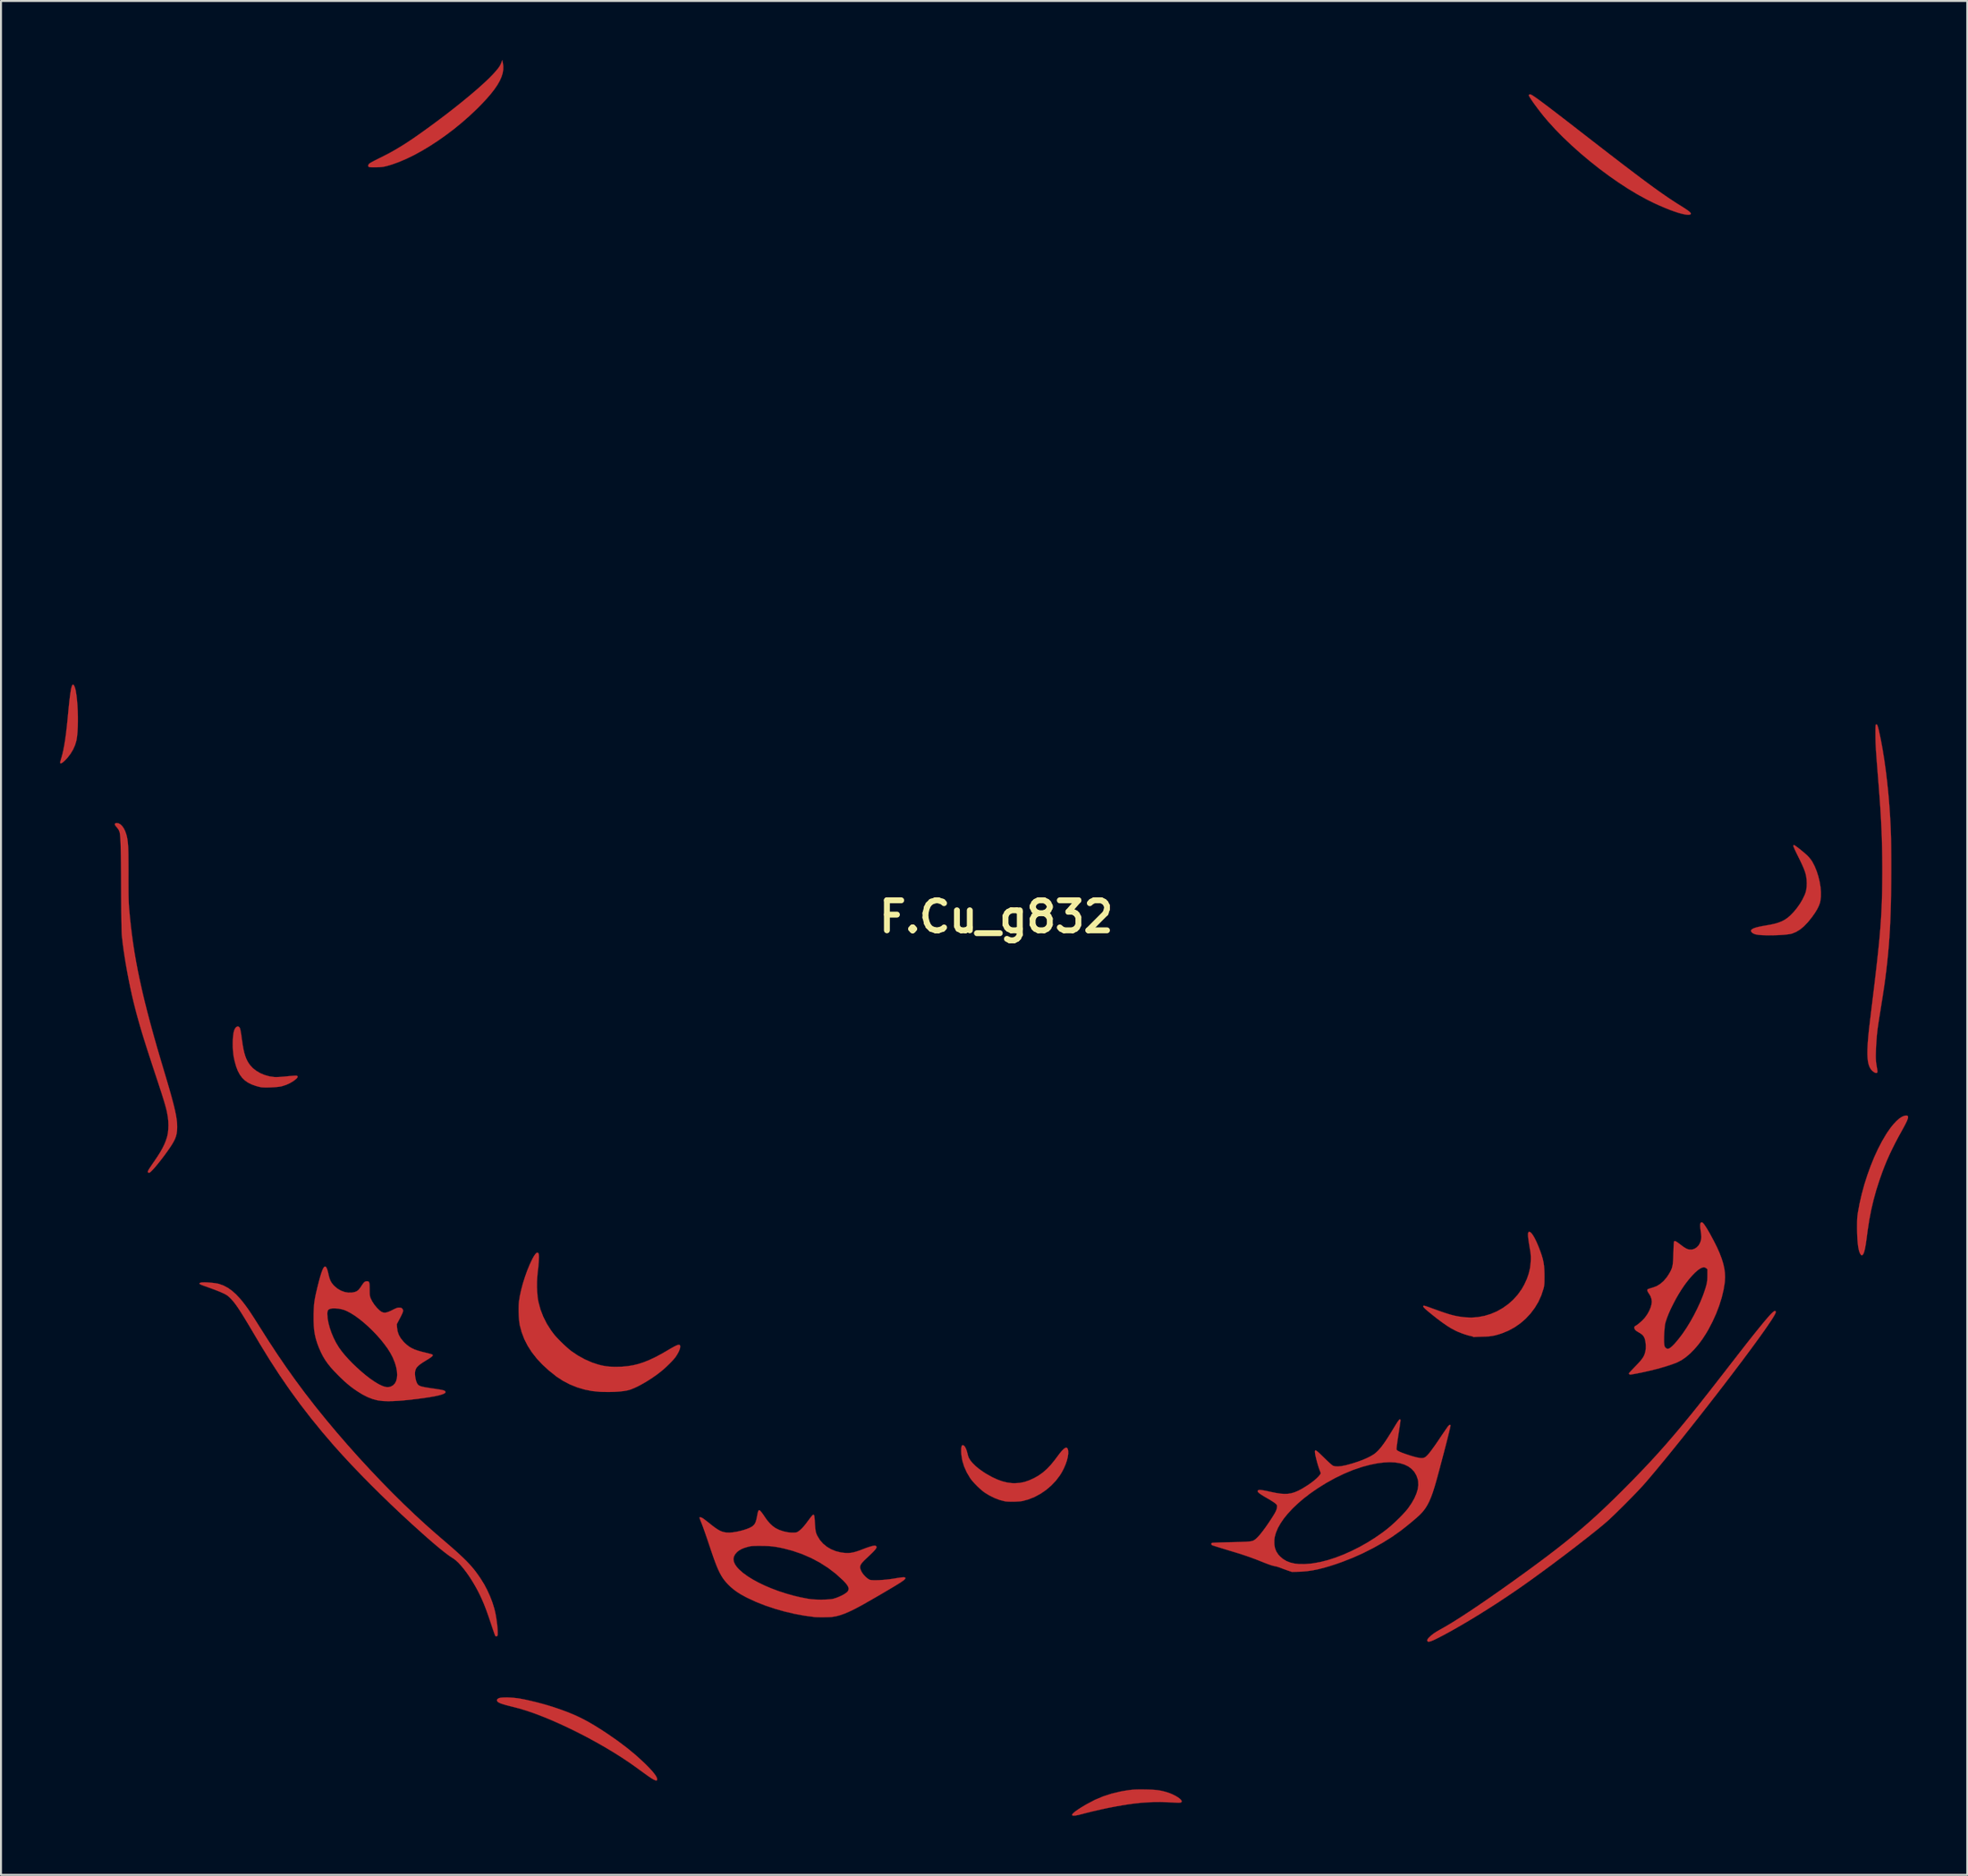
<source format=kicad_pcb>
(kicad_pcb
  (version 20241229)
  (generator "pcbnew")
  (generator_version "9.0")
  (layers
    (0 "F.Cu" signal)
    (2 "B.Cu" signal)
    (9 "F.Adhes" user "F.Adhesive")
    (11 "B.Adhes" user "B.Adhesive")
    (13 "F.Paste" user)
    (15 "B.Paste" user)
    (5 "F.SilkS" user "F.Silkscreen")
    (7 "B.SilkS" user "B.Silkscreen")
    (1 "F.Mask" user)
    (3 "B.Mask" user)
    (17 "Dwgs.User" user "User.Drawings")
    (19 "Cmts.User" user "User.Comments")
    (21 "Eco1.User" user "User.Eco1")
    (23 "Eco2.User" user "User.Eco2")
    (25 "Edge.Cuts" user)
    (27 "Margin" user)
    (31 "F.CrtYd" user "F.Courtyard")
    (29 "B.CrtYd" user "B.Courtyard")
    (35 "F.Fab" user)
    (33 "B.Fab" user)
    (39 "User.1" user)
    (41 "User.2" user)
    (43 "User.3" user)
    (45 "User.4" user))
  (footprint "F.Cu_g832"
    (layer "F.Cu")
    (at 47.545 43.512)
    (property "Reference" "F.Cu_g832" (at 0 0 0) (layer "F.SilkS") (effects (font (size 1.524 1.524) (thickness 0.3))))
    (attr through_hole)
    (fp_poly (pts (xy -46.852 -11.77) (xy -46.819 -11.715) (xy -46.787 -11.63) (xy -46.758 -11.524) (xy -46.747 -11.47) (xy -46.712 -11.247) (xy -46.684 -10.998) (xy -46.663 -10.732) (xy -46.648 -10.454) (xy -46.64 -10.173) (xy -46.64 -9.897) (xy -46.646 -9.631) (xy -46.66 -9.384) (xy -46.681 -9.163) (xy -46.71 -8.976) (xy -46.714 -8.954) (xy -46.781 -8.724) (xy -46.884 -8.492) (xy -47.02 -8.268) (xy -47.185 -8.056) (xy -47.314 -7.922) (xy -47.399 -7.847) (xy -47.467 -7.802) (xy -47.513 -7.789) (xy -47.537 -7.808) (xy -47.54 -7.829) (xy -47.534 -7.865) (xy -47.518 -7.931) (xy -47.494 -8.016) (xy -47.475 -8.078) (xy -47.423 -8.266) (xy -47.373 -8.483) (xy -47.326 -8.732) (xy -47.281 -9.014) (xy -47.238 -9.332) (xy -47.197 -9.688) (xy -47.157 -10.083) (xy -47.15 -10.16) (xy -47.12 -10.474) (xy -47.093 -10.748) (xy -47.067 -10.984) (xy -47.044 -11.185) (xy -47.021 -11.352) (xy -47 -11.489) (xy -46.979 -11.597) (xy -46.958 -11.679) (xy -46.937 -11.736) (xy -46.916 -11.772) (xy -46.893 -11.788) (xy -46.883 -11.79) (xy -46.852 -11.77)) (stroke (width 0.01) (type solid)) (fill yes) (layer "F.Cu"))
    (fp_poly (pts (xy 7.593 44.329) (xy 7.799 44.334) (xy 7.97 44.342) (xy 8.118 44.354) (xy 8.25 44.37) (xy 8.375 44.392) (xy 8.503 44.422) (xy 8.642 44.459) (xy 8.652 44.462) (xy 8.796 44.509) (xy 8.937 44.567) (xy 9.07 44.632) (xy 9.19 44.7) (xy 9.29 44.769) (xy 9.365 44.834) (xy 9.409 44.892) (xy 9.419 44.927) (xy 9.412 44.96) (xy 9.389 44.982) (xy 9.342 44.994) (xy 9.268 44.999) (xy 9.16 44.996) (xy 9.084 44.992) (xy 8.704 44.973) (xy 8.354 44.964) (xy 8.024 44.965) (xy 7.705 44.978) (xy 7.385 45) (xy 7.059 45.034) (xy 6.747 45.075) (xy 6.404 45.129) (xy 6.04 45.193) (xy 5.664 45.266) (xy 5.285 45.347) (xy 4.913 45.432) (xy 4.556 45.521) (xy 4.33 45.581) (xy 4.161 45.624) (xy 4.028 45.649) (xy 3.932 45.656) (xy 3.873 45.646) (xy 3.852 45.618) (xy 3.852 45.616) (xy 3.872 45.573) (xy 3.929 45.512) (xy 4.023 45.436) (xy 4.154 45.344) (xy 4.32 45.237) (xy 4.522 45.116) (xy 4.6 45.071) (xy 5.011 44.855) (xy 5.43 44.678) (xy 5.863 44.538) (xy 6.317 44.431) (xy 6.38 44.419) (xy 6.569 44.386) (xy 6.736 44.361) (xy 6.892 44.343) (xy 7.048 44.332) (xy 7.213 44.327) (xy 7.401 44.326) (xy 7.593 44.329)) (stroke (width 0.01) (type solid)) (fill yes) (layer "F.Cu"))
    (fp_poly (pts (xy 46.261 10.103) (xy 46.294 10.123) (xy 46.31 10.16) (xy 46.306 10.216) (xy 46.282 10.296) (xy 46.239 10.4) (xy 46.174 10.532) (xy 46.087 10.696) (xy 46.019 10.819) (xy 45.826 11.17) (xy 45.655 11.493) (xy 45.503 11.796) (xy 45.365 12.086) (xy 45.238 12.37) (xy 45.12 12.656) (xy 45.007 12.95) (xy 44.897 13.26) (xy 44.851 13.393) (xy 44.691 13.893) (xy 44.555 14.387) (xy 44.438 14.885) (xy 44.34 15.397) (xy 44.257 15.936) (xy 44.227 16.164) (xy 44.194 16.415) (xy 44.163 16.625) (xy 44.133 16.799) (xy 44.103 16.938) (xy 44.073 17.044) (xy 44.042 17.12) (xy 44.009 17.168) (xy 43.986 17.187) (xy 43.952 17.195) (xy 43.921 17.176) (xy 43.901 17.152) (xy 43.854 17.067) (xy 43.813 16.942) (xy 43.78 16.778) (xy 43.754 16.576) (xy 43.736 16.337) (xy 43.725 16.063) (xy 43.721 15.822) (xy 43.722 15.633) (xy 43.724 15.479) (xy 43.728 15.351) (xy 43.735 15.242) (xy 43.745 15.144) (xy 43.759 15.05) (xy 43.759 15.05) (xy 43.846 14.573) (xy 43.957 14.091) (xy 44.088 13.61) (xy 44.239 13.134) (xy 44.406 12.67) (xy 44.587 12.223) (xy 44.782 11.8) (xy 44.986 11.405) (xy 45.199 11.045) (xy 45.265 10.943) (xy 45.419 10.724) (xy 45.571 10.535) (xy 45.719 10.378) (xy 45.86 10.253) (xy 45.992 10.164) (xy 46.115 10.111) (xy 46.211 10.097) (xy 46.261 10.103)) (stroke (width 0.01) (type solid)) (fill yes) (layer "F.Cu"))
    (fp_poly (pts (xy -25.06 -43.381) (xy -25.035 -43.207) (xy -25.037 -43.029) (xy -25.067 -42.845) (xy -25.127 -42.655) (xy -25.216 -42.455) (xy -25.336 -42.245) (xy -25.489 -42.022) (xy -25.674 -41.785) (xy -25.894 -41.532) (xy -26.148 -41.261) (xy -26.398 -41.01) (xy -26.766 -40.663) (xy -27.149 -40.328) (xy -27.543 -40.006) (xy -27.946 -39.701) (xy -28.353 -39.414) (xy -28.761 -39.148) (xy -29.167 -38.904) (xy -29.566 -38.686) (xy -29.956 -38.496) (xy -30.333 -38.335) (xy -30.692 -38.206) (xy -30.92 -38.139) (xy -31.03 -38.111) (xy -31.125 -38.092) (xy -31.218 -38.079) (xy -31.322 -38.071) (xy -31.453 -38.066) (xy -31.485 -38.066) (xy -31.602 -38.064) (xy -31.706 -38.065) (xy -31.789 -38.069) (xy -31.84 -38.075) (xy -31.851 -38.078) (xy -31.89 -38.113) (xy -31.895 -38.164) (xy -31.867 -38.222) (xy -31.84 -38.252) (xy -31.805 -38.276) (xy -31.738 -38.315) (xy -31.645 -38.366) (xy -31.531 -38.425) (xy -31.403 -38.49) (xy -31.305 -38.538) (xy -31.031 -38.676) (xy -30.768 -38.815) (xy -30.509 -38.96) (xy -30.249 -39.116) (xy -29.982 -39.284) (xy -29.7 -39.47) (xy -29.399 -39.677) (xy -29.115 -39.879) (xy -28.736 -40.153) (xy -28.363 -40.429) (xy -27.998 -40.704) (xy -27.645 -40.977) (xy -27.306 -41.245) (xy -26.984 -41.506) (xy -26.681 -41.757) (xy -26.4 -41.997) (xy -26.143 -42.224) (xy -25.914 -42.435) (xy -25.714 -42.627) (xy -25.547 -42.8) (xy -25.513 -42.838) (xy -25.399 -42.966) (xy -25.312 -43.071) (xy -25.245 -43.161) (xy -25.195 -43.243) (xy -25.156 -43.322) (xy -25.133 -43.38) (xy -25.088 -43.507) (xy -25.06 -43.381)) (stroke (width 0.01) (type solid)) (fill yes) (layer "F.Cu"))
    (fp_poly (pts (xy -38.44 5.61) (xy -38.413 5.652) (xy -38.398 5.699) (xy -38.379 5.784) (xy -38.358 5.901) (xy -38.336 6.047) (xy -38.313 6.212) (xy -38.275 6.474) (xy -38.236 6.699) (xy -38.193 6.892) (xy -38.145 7.058) (xy -38.091 7.204) (xy -38.027 7.335) (xy -37.954 7.455) (xy -37.899 7.532) (xy -37.755 7.689) (xy -37.578 7.828) (xy -37.374 7.947) (xy -37.151 8.04) (xy -36.913 8.106) (xy -36.67 8.141) (xy -36.661 8.142) (xy -36.543 8.144) (xy -36.387 8.138) (xy -36.191 8.122) (xy -36.032 8.107) (xy -35.895 8.093) (xy -35.77 8.083) (xy -35.664 8.075) (xy -35.584 8.071) (xy -35.536 8.072) (xy -35.529 8.073) (xy -35.485 8.098) (xy -35.48 8.138) (xy -35.512 8.193) (xy -35.544 8.227) (xy -35.693 8.344) (xy -35.871 8.451) (xy -36.067 8.54) (xy -36.269 8.605) (xy -36.311 8.615) (xy -36.412 8.633) (xy -36.542 8.647) (xy -36.691 8.659) (xy -36.848 8.667) (xy -37.003 8.671) (xy -37.145 8.671) (xy -37.263 8.666) (xy -37.331 8.659) (xy -37.41 8.643) (xy -37.506 8.619) (xy -37.593 8.595) (xy -37.81 8.518) (xy -37.998 8.424) (xy -38.16 8.312) (xy -38.299 8.176) (xy -38.417 8.015) (xy -38.518 7.824) (xy -38.603 7.601) (xy -38.675 7.341) (xy -38.715 7.161) (xy -38.742 6.996) (xy -38.76 6.812) (xy -38.771 6.617) (xy -38.773 6.421) (xy -38.768 6.231) (xy -38.755 6.056) (xy -38.734 5.904) (xy -38.706 5.785) (xy -38.703 5.776) (xy -38.659 5.679) (xy -38.605 5.611) (xy -38.547 5.576) (xy -38.491 5.575) (xy -38.44 5.61)) (stroke (width 0.01) (type solid)) (fill yes) (layer "F.Cu"))
    (fp_poly (pts (xy -24.684 39.659) (xy -24.519 39.67) (xy -24.354 39.687) (xy -24.197 39.71) (xy -24.162 39.716) (xy -23.914 39.764) (xy -23.64 39.826) (xy -23.35 39.896) (xy -23.058 39.973) (xy -22.776 40.053) (xy -22.516 40.133) (xy -22.462 40.151) (xy -22.124 40.266) (xy -21.812 40.381) (xy -21.522 40.498) (xy -21.244 40.622) (xy -20.972 40.755) (xy -20.7 40.902) (xy -20.419 41.066) (xy -20.122 41.25) (xy -19.803 41.459) (xy -19.727 41.509) (xy -19.207 41.871) (xy -18.729 42.233) (xy -18.292 42.595) (xy -17.896 42.957) (xy -17.778 43.073) (xy -17.604 43.25) (xy -17.464 43.404) (xy -17.357 43.536) (xy -17.281 43.645) (xy -17.237 43.734) (xy -17.222 43.797) (xy -17.227 43.847) (xy -17.249 43.87) (xy -17.294 43.866) (xy -17.367 43.837) (xy -17.396 43.823) (xy -17.439 43.8) (xy -17.49 43.77) (xy -17.553 43.729) (xy -17.631 43.676) (xy -17.728 43.608) (xy -17.847 43.523) (xy -17.991 43.419) (xy -18.165 43.292) (xy -18.235 43.24) (xy -18.61 42.974) (xy -19.009 42.708) (xy -19.429 42.443) (xy -19.865 42.182) (xy -20.313 41.926) (xy -20.769 41.678) (xy -21.229 41.44) (xy -21.689 41.214) (xy -22.144 41.001) (xy -22.591 40.804) (xy -23.026 40.625) (xy -23.444 40.465) (xy -23.841 40.328) (xy -24.214 40.215) (xy -24.49 40.143) (xy -24.711 40.088) (xy -24.894 40.04) (xy -25.042 39.997) (xy -25.157 39.958) (xy -25.242 39.921) (xy -25.301 39.886) (xy -25.336 39.851) (xy -25.35 39.822) (xy -25.354 39.774) (xy -25.333 39.738) (xy -25.281 39.701) (xy -25.266 39.693) (xy -25.205 39.673) (xy -25.11 39.661) (xy -24.986 39.654) (xy -24.842 39.653) (xy -24.684 39.659)) (stroke (width 0.01) (type solid)) (fill yes) (layer "F.Cu"))
    (fp_poly (pts (xy -1.642 26.86) (xy -1.59 26.918) (xy -1.541 27.01) (xy -1.495 27.132) (xy -1.455 27.279) (xy -1.44 27.348) (xy -1.397 27.474) (xy -1.316 27.609) (xy -1.2 27.751) (xy -1.052 27.897) (xy -0.874 28.045) (xy -0.669 28.191) (xy -0.503 28.296) (xy -0.218 28.456) (xy 0.049 28.581) (xy 0.304 28.673) (xy 0.55 28.734) (xy 0.792 28.766) (xy 0.931 28.771) (xy 1.189 28.756) (xy 1.436 28.707) (xy 1.676 28.625) (xy 1.927 28.51) (xy 2.158 28.378) (xy 2.373 28.225) (xy 2.578 28.044) (xy 2.778 27.833) (xy 2.978 27.587) (xy 3.081 27.449) (xy 3.208 27.278) (xy 3.317 27.145) (xy 3.41 27.049) (xy 3.486 26.989) (xy 3.548 26.965) (xy 3.595 26.977) (xy 3.629 27.023) (xy 3.651 27.103) (xy 3.655 27.133) (xy 3.657 27.278) (xy 3.632 27.447) (xy 3.585 27.633) (xy 3.516 27.83) (xy 3.428 28.03) (xy 3.325 28.226) (xy 3.232 28.374) (xy 3.027 28.645) (xy 2.79 28.893) (xy 2.528 29.116) (xy 2.245 29.309) (xy 1.945 29.469) (xy 1.634 29.594) (xy 1.333 29.676) (xy 1.24 29.69) (xy 1.116 29.7) (xy 0.975 29.707) (xy 0.827 29.71) (xy 0.683 29.708) (xy 0.555 29.702) (xy 0.455 29.692) (xy 0.434 29.688) (xy 0.177 29.622) (xy -0.089 29.52) (xy -0.356 29.387) (xy -0.572 29.256) (xy -0.685 29.172) (xy -0.813 29.063) (xy -0.946 28.939) (xy -1.075 28.808) (xy -1.192 28.679) (xy -1.288 28.561) (xy -1.323 28.512) (xy -1.496 28.219) (xy -1.629 27.923) (xy -1.72 27.627) (xy -1.769 27.33) (xy -1.778 27.132) (xy -1.775 27.01) (xy -1.766 26.925) (xy -1.748 26.872) (xy -1.721 26.845) (xy -1.693 26.839) (xy -1.642 26.86)) (stroke (width 0.01) (type solid)) (fill yes) (layer "F.Cu"))
    (fp_poly (pts (xy 27.152 -41.759) (xy 27.185 -41.744) (xy 27.232 -41.717) (xy 27.293 -41.678) (xy 27.37 -41.626) (xy 27.465 -41.559) (xy 27.579 -41.477) (xy 27.713 -41.378) (xy 27.868 -41.262) (xy 28.047 -41.127) (xy 28.249 -40.973) (xy 28.478 -40.798) (xy 28.734 -40.601) (xy 29.018 -40.382) (xy 29.332 -40.139) (xy 29.677 -39.871) (xy 29.834 -39.749) (xy 30.29 -39.395) (xy 30.715 -39.067) (xy 31.109 -38.762) (xy 31.476 -38.48) (xy 31.816 -38.219) (xy 32.132 -37.979) (xy 32.424 -37.757) (xy 32.695 -37.553) (xy 32.947 -37.365) (xy 33.18 -37.193) (xy 33.398 -37.034) (xy 33.6 -36.888) (xy 33.79 -36.754) (xy 33.969 -36.63) (xy 34.138 -36.514) (xy 34.299 -36.407) (xy 34.454 -36.305) (xy 34.604 -36.209) (xy 34.712 -36.142) (xy 34.881 -36.036) (xy 35.016 -35.948) (xy 35.12 -35.877) (xy 35.195 -35.82) (xy 35.245 -35.774) (xy 35.271 -35.738) (xy 35.278 -35.71) (xy 35.272 -35.694) (xy 35.241 -35.666) (xy 35.187 -35.654) (xy 35.104 -35.655) (xy 35.002 -35.667) (xy 34.843 -35.7) (xy 34.652 -35.752) (xy 34.435 -35.823) (xy 34.197 -35.91) (xy 33.943 -36.012) (xy 33.678 -36.126) (xy 33.407 -36.25) (xy 33.134 -36.384) (xy 33.022 -36.441) (xy 32.558 -36.695) (xy 32.081 -36.983) (xy 31.595 -37.3) (xy 31.106 -37.643) (xy 30.618 -38.006) (xy 30.138 -38.387) (xy 29.671 -38.78) (xy 29.221 -39.182) (xy 28.793 -39.588) (xy 28.394 -39.994) (xy 28.028 -40.396) (xy 27.872 -40.58) (xy 27.762 -40.713) (xy 27.651 -40.854) (xy 27.54 -40.997) (xy 27.433 -41.14) (xy 27.333 -41.276) (xy 27.244 -41.402) (xy 27.168 -41.514) (xy 27.108 -41.607) (xy 27.068 -41.676) (xy 27.051 -41.717) (xy 27.051 -41.721) (xy 27.067 -41.76) (xy 27.11 -41.769) (xy 27.152 -41.759)) (stroke (width 0.01) (type solid)) (fill yes) (layer "F.Cu"))
    (fp_poly (pts (xy 40.547 -3.628) (xy 40.601 -3.592) (xy 40.676 -3.538) (xy 40.765 -3.47) (xy 40.861 -3.394) (xy 40.959 -3.314) (xy 41.053 -3.235) (xy 41.136 -3.162) (xy 41.202 -3.101) (xy 41.283 -3.014) (xy 41.363 -2.915) (xy 41.43 -2.822) (xy 41.443 -2.799) (xy 41.563 -2.57) (xy 41.666 -2.32) (xy 41.751 -2.057) (xy 41.816 -1.789) (xy 41.861 -1.521) (xy 41.883 -1.262) (xy 41.881 -1.018) (xy 41.855 -0.797) (xy 41.836 -0.711) (xy 41.783 -0.562) (xy 41.699 -0.392) (xy 41.587 -0.206) (xy 41.449 -0.008) (xy 41.287 0.197) (xy 41.212 0.286) (xy 41.018 0.488) (xy 40.823 0.649) (xy 40.626 0.769) (xy 40.424 0.851) (xy 40.413 0.854) (xy 40.311 0.877) (xy 40.174 0.896) (xy 40.008 0.913) (xy 39.82 0.926) (xy 39.617 0.935) (xy 39.405 0.94) (xy 39.192 0.941) (xy 38.983 0.936) (xy 38.873 0.931) (xy 38.708 0.918) (xy 38.579 0.896) (xy 38.479 0.864) (xy 38.404 0.82) (xy 38.365 0.784) (xy 38.334 0.732) (xy 38.338 0.683) (xy 38.378 0.638) (xy 38.455 0.594) (xy 38.571 0.552) (xy 38.726 0.512) (xy 38.922 0.472) (xy 39.085 0.444) (xy 39.334 0.4) (xy 39.547 0.352) (xy 39.73 0.298) (xy 39.889 0.236) (xy 40.032 0.162) (xy 40.163 0.075) (xy 40.29 -0.028) (xy 40.322 -0.057) (xy 40.498 -0.237) (xy 40.667 -0.442) (xy 40.821 -0.661) (xy 40.954 -0.886) (xy 41.06 -1.107) (xy 41.106 -1.23) (xy 41.14 -1.367) (xy 41.16 -1.532) (xy 41.166 -1.711) (xy 41.157 -1.892) (xy 41.139 -2.031) (xy 41.12 -2.127) (xy 41.095 -2.224) (xy 41.061 -2.327) (xy 41.018 -2.441) (xy 40.962 -2.572) (xy 40.892 -2.724) (xy 40.806 -2.904) (xy 40.71 -3.098) (xy 40.645 -3.231) (xy 40.587 -3.352) (xy 40.539 -3.456) (xy 40.504 -3.537) (xy 40.483 -3.591) (xy 40.479 -3.611) (xy 40.505 -3.638) (xy 40.518 -3.641) (xy 40.547 -3.628)) (stroke (width 0.01) (type solid)) (fill yes) (layer "F.Cu"))
    (fp_poly (pts (xy 27.127 16.022) (xy 27.19 16.082) (xy 27.261 16.18) (xy 27.339 16.313) (xy 27.423 16.481) (xy 27.511 16.682) (xy 27.548 16.772) (xy 27.635 16.998) (xy 27.704 17.197) (xy 27.757 17.378) (xy 27.795 17.552) (xy 27.821 17.728) (xy 27.836 17.917) (xy 27.843 18.128) (xy 27.844 18.256) (xy 27.843 18.411) (xy 27.842 18.531) (xy 27.838 18.626) (xy 27.831 18.702) (xy 27.822 18.768) (xy 27.809 18.832) (xy 27.795 18.888) (xy 27.684 19.228) (xy 27.536 19.554) (xy 27.353 19.861) (xy 27.137 20.148) (xy 26.893 20.411) (xy 26.622 20.646) (xy 26.327 20.851) (xy 26.012 21.023) (xy 25.679 21.159) (xy 25.659 21.166) (xy 25.488 21.22) (xy 25.336 21.261) (xy 25.189 21.29) (xy 25.036 21.31) (xy 24.865 21.322) (xy 24.672 21.328) (xy 24.546 21.332) (xy 24.434 21.336) (xy 24.343 21.34) (xy 24.281 21.344) (xy 24.254 21.348) (xy 24.254 21.348) (xy 24.237 21.345) (xy 24.236 21.34) (xy 24.217 21.326) (xy 24.167 21.31) (xy 24.104 21.295) (xy 23.957 21.26) (xy 23.786 21.207) (xy 23.607 21.143) (xy 23.43 21.071) (xy 23.314 21.017) (xy 23.115 20.911) (xy 22.899 20.777) (xy 22.662 20.613) (xy 22.402 20.419) (xy 22.24 20.292) (xy 22.083 20.165) (xy 21.956 20.062) (xy 21.858 19.979) (xy 21.785 19.914) (xy 21.734 19.864) (xy 21.703 19.827) (xy 21.688 19.8) (xy 21.688 19.78) (xy 21.688 19.78) (xy 21.694 19.767) (xy 21.703 19.759) (xy 21.72 19.756) (xy 21.75 19.76) (xy 21.795 19.772) (xy 21.861 19.793) (xy 21.953 19.825) (xy 22.074 19.868) (xy 22.228 19.924) (xy 22.299 19.949) (xy 22.538 20.035) (xy 22.744 20.106) (xy 22.923 20.164) (xy 23.082 20.212) (xy 23.228 20.25) (xy 23.366 20.281) (xy 23.503 20.305) (xy 23.645 20.326) (xy 23.781 20.342) (xy 24.123 20.359) (xy 24.463 20.335) (xy 24.797 20.273) (xy 25.122 20.174) (xy 25.435 20.04) (xy 25.731 19.872) (xy 26.009 19.673) (xy 26.264 19.445) (xy 26.493 19.189) (xy 26.693 18.907) (xy 26.822 18.679) (xy 26.953 18.395) (xy 27.048 18.12) (xy 27.112 17.844) (xy 27.145 17.558) (xy 27.15 17.473) (xy 27.153 17.376) (xy 27.154 17.292) (xy 27.15 17.211) (xy 27.143 17.125) (xy 27.13 17.025) (xy 27.111 16.902) (xy 27.085 16.746) (xy 27.085 16.745) (xy 27.052 16.542) (xy 27.028 16.376) (xy 27.014 16.246) (xy 27.009 16.147) (xy 27.013 16.076) (xy 27.027 16.031) (xy 27.049 16.007) (xy 27.073 16.002) (xy 27.127 16.022)) (stroke (width 0.01) (type solid)) (fill yes) (layer "F.Cu"))
    (fp_poly (pts (xy -23.261 17.078) (xy -23.238 17.119) (xy -23.228 17.174) (xy -23.224 17.267) (xy -23.227 17.393) (xy -23.236 17.547) (xy -23.251 17.725) (xy -23.272 17.921) (xy -23.284 18.023) (xy -23.309 18.274) (xy -23.322 18.537) (xy -23.324 18.803) (xy -23.314 19.06) (xy -23.293 19.298) (xy -23.262 19.508) (xy -23.254 19.549) (xy -23.15 19.937) (xy -23.006 20.312) (xy -22.823 20.675) (xy -22.601 21.022) (xy -22.443 21.23) (xy -22.353 21.334) (xy -22.239 21.456) (xy -22.109 21.588) (xy -21.971 21.721) (xy -21.833 21.848) (xy -21.705 21.96) (xy -21.595 22.049) (xy -21.583 22.059) (xy -21.244 22.288) (xy -20.888 22.484) (xy -20.52 22.643) (xy -20.225 22.741) (xy -20.03 22.791) (xy -19.843 22.826) (xy -19.649 22.848) (xy -19.437 22.858) (xy -19.3 22.86) (xy -19.003 22.852) (xy -18.721 22.826) (xy -18.446 22.781) (xy -18.174 22.715) (xy -17.9 22.626) (xy -17.617 22.512) (xy -17.321 22.373) (xy -17.005 22.205) (xy -16.746 22.056) (xy -16.58 21.958) (xy -16.445 21.881) (xy -16.337 21.823) (xy -16.254 21.782) (xy -16.192 21.756) (xy -16.145 21.744) (xy -16.111 21.742) (xy -16.074 21.752) (xy -16.056 21.779) (xy -16.049 21.833) (xy -16.058 21.908) (xy -16.089 22.006) (xy -16.14 22.119) (xy -16.206 22.238) (xy -16.283 22.356) (xy -16.306 22.387) (xy -16.384 22.481) (xy -16.486 22.592) (xy -16.607 22.715) (xy -16.738 22.842) (xy -16.872 22.964) (xy -17.001 23.074) (xy -17.039 23.105) (xy -17.25 23.266) (xy -17.475 23.423) (xy -17.708 23.573) (xy -17.94 23.711) (xy -18.166 23.833) (xy -18.377 23.934) (xy -18.567 24.011) (xy -18.595 24.02) (xy -18.743 24.06) (xy -18.927 24.092) (xy -19.144 24.115) (xy -19.388 24.131) (xy -19.654 24.137) (xy -19.938 24.135) (xy -20.13 24.128) (xy -20.52 24.09) (xy -20.908 24.013) (xy -21.289 23.899) (xy -21.657 23.75) (xy -22.006 23.568) (xy -22.33 23.355) (xy -22.352 23.339) (xy -22.722 23.043) (xy -23.05 22.742) (xy -23.338 22.433) (xy -23.586 22.115) (xy -23.796 21.788) (xy -23.967 21.451) (xy -24.1 21.101) (xy -24.195 20.748) (xy -24.216 20.62) (xy -24.233 20.46) (xy -24.246 20.281) (xy -24.253 20.092) (xy -24.255 19.905) (xy -24.251 19.731) (xy -24.241 19.581) (xy -24.237 19.543) (xy -24.192 19.259) (xy -24.124 18.95) (xy -24.039 18.628) (xy -23.937 18.303) (xy -23.824 17.985) (xy -23.701 17.685) (xy -23.573 17.411) (xy -23.555 17.376) (xy -23.476 17.235) (xy -23.407 17.135) (xy -23.349 17.075) (xy -23.3 17.056) (xy -23.261 17.078)) (stroke (width 0.01) (type solid)) (fill yes) (layer "F.Cu"))
    (fp_poly (pts (xy -40.061 18.574) (xy -39.923 18.584) (xy -39.784 18.597) (xy -39.654 18.614) (xy -39.542 18.633) (xy -39.477 18.648) (xy -39.25 18.729) (xy -39.031 18.844) (xy -38.817 18.994) (xy -38.605 19.182) (xy -38.394 19.408) (xy -38.278 19.549) (xy -38.189 19.662) (xy -38.102 19.779) (xy -38.012 19.903) (xy -37.917 20.041) (xy -37.814 20.196) (xy -37.699 20.373) (xy -37.57 20.577) (xy -37.422 20.812) (xy -37.412 20.828) (xy -36.949 21.557) (xy -36.492 22.252) (xy -36.035 22.919) (xy -35.574 23.565) (xy -35.105 24.196) (xy -34.623 24.818) (xy -34.52 24.948) (xy -34.009 25.578) (xy -33.478 26.211) (xy -32.932 26.841) (xy -32.374 27.466) (xy -31.808 28.08) (xy -31.237 28.682) (xy -30.666 29.266) (xy -30.097 29.828) (xy -29.535 30.365) (xy -28.983 30.873) (xy -28.446 31.348) (xy -28.301 31.473) (xy -28.023 31.711) (xy -27.775 31.925) (xy -27.554 32.118) (xy -27.359 32.293) (xy -27.185 32.453) (xy -27.031 32.6) (xy -26.893 32.737) (xy -26.769 32.867) (xy -26.656 32.992) (xy -26.551 33.116) (xy -26.452 33.241) (xy -26.356 33.371) (xy -26.26 33.507) (xy -26.178 33.628) (xy -26.009 33.901) (xy -25.852 34.198) (xy -25.711 34.508) (xy -25.59 34.821) (xy -25.495 35.125) (xy -25.445 35.327) (xy -25.415 35.482) (xy -25.388 35.644) (xy -25.365 35.809) (xy -25.345 35.97) (xy -25.331 36.122) (xy -25.322 36.258) (xy -25.318 36.372) (xy -25.321 36.459) (xy -25.33 36.512) (xy -25.336 36.522) (xy -25.38 36.552) (xy -25.424 36.541) (xy -25.439 36.527) (xy -25.451 36.501) (xy -25.475 36.439) (xy -25.508 36.347) (xy -25.549 36.23) (xy -25.596 36.092) (xy -25.647 35.939) (xy -25.682 35.834) (xy -25.795 35.5) (xy -25.903 35.2) (xy -26.008 34.928) (xy -26.114 34.678) (xy -26.224 34.442) (xy -26.34 34.213) (xy -26.466 33.984) (xy -26.588 33.777) (xy -26.735 33.546) (xy -26.885 33.328) (xy -27.036 33.129) (xy -27.183 32.951) (xy -27.324 32.8) (xy -27.455 32.68) (xy -27.568 32.597) (xy -27.702 32.51) (xy -27.85 32.405) (xy -28.014 32.281) (xy -28.198 32.135) (xy -28.402 31.967) (xy -28.63 31.773) (xy -28.883 31.553) (xy -29.125 31.339) (xy -29.672 30.846) (xy -30.215 30.345) (xy -30.751 29.838) (xy -31.276 29.329) (xy -31.785 28.824) (xy -32.276 28.325) (xy -32.743 27.837) (xy -33.183 27.363) (xy -33.593 26.908) (xy -33.636 26.86) (xy -34.239 26.156) (xy -34.812 25.452) (xy -35.36 24.742) (xy -35.887 24.018) (xy -36.398 23.275) (xy -36.898 22.504) (xy -37.392 21.7) (xy -37.539 21.452) (xy -37.718 21.148) (xy -37.878 20.879) (xy -38.021 20.64) (xy -38.147 20.431) (xy -38.259 20.248) (xy -38.359 20.09) (xy -38.448 19.952) (xy -38.527 19.833) (xy -38.599 19.73) (xy -38.665 19.641) (xy -38.727 19.562) (xy -38.786 19.492) (xy -38.844 19.428) (xy -38.883 19.387) (xy -38.969 19.303) (xy -39.045 19.241) (xy -39.127 19.189) (xy -39.23 19.136) (xy -39.247 19.128) (xy -39.392 19.063) (xy -39.573 18.989) (xy -39.792 18.906) (xy -40.049 18.812) (xy -40.244 18.743) (xy -40.359 18.7) (xy -40.432 18.665) (xy -40.466 18.636) (xy -40.462 18.611) (xy -40.419 18.591) (xy -40.365 18.577) (xy -40.292 18.57) (xy -40.187 18.569) (xy -40.061 18.574)) (stroke (width 0.01) (type solid)) (fill yes) (layer "F.Cu"))
    (fp_poly (pts (xy 44.728 -9.762) (xy 44.754 -9.717) (xy 44.781 -9.639) (xy 44.812 -9.523) (xy 44.831 -9.44) (xy 44.928 -8.982) (xy 45.019 -8.487) (xy 45.103 -7.961) (xy 45.18 -7.41) (xy 45.248 -6.84) (xy 45.308 -6.256) (xy 45.357 -5.664) (xy 45.38 -5.334) (xy 45.395 -5.102) (xy 45.407 -4.887) (xy 45.418 -4.682) (xy 45.427 -4.482) (xy 45.434 -4.283) (xy 45.441 -4.079) (xy 45.445 -3.866) (xy 45.449 -3.637) (xy 45.451 -3.387) (xy 45.453 -3.112) (xy 45.454 -2.807) (xy 45.454 -2.466) (xy 45.454 -2.371) (xy 45.452 -1.793) (xy 45.447 -1.253) (xy 45.438 -0.745) (xy 45.425 -0.266) (xy 45.408 0.19) (xy 45.387 0.627) (xy 45.361 1.051) (xy 45.33 1.466) (xy 45.294 1.876) (xy 45.253 2.286) (xy 45.206 2.702) (xy 45.168 3.006) (xy 45.155 3.111) (xy 45.141 3.214) (xy 45.127 3.318) (xy 45.112 3.428) (xy 45.095 3.546) (xy 45.075 3.677) (xy 45.053 3.825) (xy 45.027 3.993) (xy 44.997 4.186) (xy 44.962 4.406) (xy 44.922 4.658) (xy 44.876 4.945) (xy 44.843 5.154) (xy 44.803 5.414) (xy 44.77 5.643) (xy 44.744 5.853) (xy 44.723 6.054) (xy 44.707 6.256) (xy 44.693 6.472) (xy 44.682 6.695) (xy 44.675 6.878) (xy 44.671 7.029) (xy 44.671 7.156) (xy 44.676 7.269) (xy 44.685 7.377) (xy 44.7 7.49) (xy 44.72 7.616) (xy 44.733 7.69) (xy 44.746 7.774) (xy 44.753 7.845) (xy 44.753 7.891) (xy 44.752 7.896) (xy 44.725 7.93) (xy 44.675 7.934) (xy 44.606 7.909) (xy 44.588 7.898) (xy 44.498 7.831) (xy 44.423 7.748) (xy 44.361 7.644) (xy 44.313 7.518) (xy 44.278 7.368) (xy 44.256 7.19) (xy 44.246 6.982) (xy 44.248 6.742) (xy 44.261 6.466) (xy 44.285 6.153) (xy 44.293 6.064) (xy 44.3 5.995) (xy 44.306 5.931) (xy 44.312 5.869) (xy 44.318 5.807) (xy 44.325 5.741) (xy 44.333 5.668) (xy 44.343 5.585) (xy 44.354 5.488) (xy 44.367 5.375) (xy 44.383 5.243) (xy 44.402 5.087) (xy 44.424 4.906) (xy 44.449 4.695) (xy 44.479 4.452) (xy 44.513 4.173) (xy 44.552 3.856) (xy 44.555 3.831) (xy 44.618 3.312) (xy 44.674 2.83) (xy 44.726 2.383) (xy 44.771 1.967) (xy 44.812 1.577) (xy 44.848 1.21) (xy 44.879 0.862) (xy 44.906 0.53) (xy 44.929 0.209) (xy 44.949 -0.104) (xy 44.964 -0.412) (xy 44.977 -0.721) (xy 44.987 -1.033) (xy 44.994 -1.352) (xy 44.998 -1.683) (xy 45.001 -2.028) (xy 45.002 -2.347) (xy 45.001 -2.705) (xy 44.998 -3.048) (xy 44.993 -3.379) (xy 44.986 -3.704) (xy 44.977 -4.027) (xy 44.965 -4.353) (xy 44.949 -4.687) (xy 44.931 -5.033) (xy 44.909 -5.397) (xy 44.884 -5.784) (xy 44.854 -6.197) (xy 44.821 -6.642) (xy 44.783 -7.125) (xy 44.778 -7.186) (xy 44.754 -7.487) (xy 44.734 -7.751) (xy 44.716 -7.98) (xy 44.701 -8.18) (xy 44.689 -8.354) (xy 44.679 -8.507) (xy 44.671 -8.643) (xy 44.665 -8.766) (xy 44.661 -8.88) (xy 44.658 -8.989) (xy 44.655 -9.098) (xy 44.654 -9.21) (xy 44.654 -9.275) (xy 44.653 -9.439) (xy 44.655 -9.564) (xy 44.658 -9.655) (xy 44.664 -9.716) (xy 44.672 -9.751) (xy 44.678 -9.761) (xy 44.704 -9.775) (xy 44.728 -9.762)) (stroke (width 0.01) (type solid)) (fill yes) (layer "F.Cu"))
    (fp_poly (pts (xy 39.575 20.03) (xy 39.592 20.051) (xy 39.591 20.091) (xy 39.569 20.15) (xy 39.526 20.234) (xy 39.461 20.343) (xy 39.373 20.483) (xy 39.312 20.575) (xy 39.171 20.783) (xy 39.006 21.021) (xy 38.817 21.287) (xy 38.607 21.577) (xy 38.378 21.89) (xy 38.131 22.223) (xy 37.87 22.573) (xy 37.594 22.938) (xy 37.308 23.316) (xy 37.012 23.703) (xy 36.708 24.098) (xy 36.399 24.497) (xy 36.087 24.898) (xy 35.772 25.3) (xy 35.458 25.698) (xy 35.147 26.091) (xy 34.84 26.477) (xy 34.538 26.852) (xy 34.246 27.214) (xy 33.963 27.56) (xy 33.692 27.889) (xy 33.436 28.197) (xy 33.195 28.483) (xy 32.973 28.742) (xy 32.914 28.81) (xy 32.819 28.916) (xy 32.698 29.046) (xy 32.557 29.196) (xy 32.399 29.36) (xy 32.229 29.534) (xy 32.052 29.713) (xy 31.873 29.894) (xy 31.695 30.07) (xy 31.525 30.237) (xy 31.366 30.392) (xy 31.222 30.528) (xy 31.1 30.642) (xy 31.02 30.714) (xy 30.853 30.857) (xy 30.656 31.021) (xy 30.43 31.204) (xy 30.181 31.403) (xy 29.91 31.616) (xy 29.623 31.84) (xy 29.322 32.073) (xy 29.01 32.311) (xy 28.692 32.551) (xy 28.371 32.793) (xy 28.05 33.032) (xy 27.732 33.266) (xy 27.422 33.492) (xy 27.123 33.708) (xy 26.838 33.911) (xy 26.571 34.098) (xy 26.532 34.125) (xy 26.047 34.456) (xy 25.553 34.784) (xy 25.056 35.105) (xy 24.561 35.416) (xy 24.074 35.713) (xy 23.601 35.992) (xy 23.148 36.251) (xy 22.719 36.485) (xy 22.67 36.511) (xy 22.478 36.611) (xy 22.318 36.691) (xy 22.189 36.751) (xy 22.088 36.791) (xy 22.011 36.814) (xy 21.956 36.821) (xy 21.921 36.812) (xy 21.912 36.805) (xy 21.889 36.763) (xy 21.898 36.713) (xy 21.941 36.65) (xy 21.987 36.601) (xy 22.099 36.497) (xy 22.223 36.401) (xy 22.367 36.307) (xy 22.541 36.207) (xy 22.564 36.194) (xy 22.79 36.067) (xy 23.049 35.914) (xy 23.337 35.736) (xy 23.655 35.533) (xy 24.001 35.307) (xy 24.374 35.058) (xy 24.773 34.786) (xy 25.196 34.494) (xy 25.642 34.181) (xy 26.111 33.848) (xy 26.31 33.705) (xy 26.799 33.353) (xy 27.255 33.02) (xy 27.682 32.704) (xy 28.083 32.402) (xy 28.461 32.112) (xy 28.82 31.83) (xy 29.163 31.554) (xy 29.493 31.281) (xy 29.813 31.009) (xy 30.128 30.734) (xy 30.439 30.454) (xy 30.751 30.166) (xy 31.066 29.867) (xy 31.389 29.554) (xy 31.722 29.225) (xy 32.036 28.91) (xy 32.357 28.584) (xy 32.665 28.266) (xy 32.963 27.954) (xy 33.252 27.645) (xy 33.537 27.335) (xy 33.818 27.022) (xy 34.1 26.701) (xy 34.384 26.371) (xy 34.674 26.029) (xy 34.971 25.67) (xy 35.28 25.293) (xy 35.601 24.893) (xy 35.938 24.468) (xy 36.294 24.015) (xy 36.671 23.531) (xy 36.724 23.463) (xy 36.952 23.17) (xy 37.155 22.908) (xy 37.337 22.674) (xy 37.498 22.466) (xy 37.641 22.282) (xy 37.768 22.118) (xy 37.881 21.973) (xy 37.981 21.845) (xy 38.071 21.73) (xy 38.153 21.626) (xy 38.228 21.53) (xy 38.299 21.441) (xy 38.367 21.355) (xy 38.434 21.27) (xy 38.503 21.184) (xy 38.543 21.135) (xy 38.737 20.894) (xy 38.908 20.685) (xy 39.055 20.507) (xy 39.182 20.36) (xy 39.287 20.241) (xy 39.374 20.15) (xy 39.443 20.084) (xy 39.496 20.043) (xy 39.532 20.025) (xy 39.541 20.024) (xy 39.575 20.03)) (stroke (width 0.01) (type solid)) (fill yes) (layer "F.Cu"))
    (fp_poly (pts (xy -44.574 -4.745) (xy -44.479 -4.692) (xy -44.389 -4.605) (xy -44.306 -4.487) (xy -44.235 -4.34) (xy -44.176 -4.169) (xy -44.146 -4.043) (xy -44.13 -3.962) (xy -44.117 -3.879) (xy -44.106 -3.79) (xy -44.097 -3.692) (xy -44.089 -3.581) (xy -44.083 -3.453) (xy -44.078 -3.305) (xy -44.075 -3.132) (xy -44.073 -2.932) (xy -44.072 -2.7) (xy -44.071 -2.433) (xy -44.071 -2.148) (xy -44.072 -1.851) (xy -44.071 -1.592) (xy -44.07 -1.367) (xy -44.069 -1.172) (xy -44.066 -1.003) (xy -44.062 -0.856) (xy -44.057 -0.727) (xy -44.052 -0.612) (xy -44.045 -0.507) (xy -44.041 -0.455) (xy -43.999 0.011) (xy -43.95 0.47) (xy -43.894 0.927) (xy -43.831 1.384) (xy -43.759 1.844) (xy -43.678 2.31) (xy -43.587 2.785) (xy -43.485 3.273) (xy -43.373 3.776) (xy -43.249 4.298) (xy -43.112 4.841) (xy -42.962 5.409) (xy -42.799 6.004) (xy -42.621 6.63) (xy -42.428 7.289) (xy -42.269 7.822) (xy -42.155 8.204) (xy -42.053 8.549) (xy -41.964 8.859) (xy -41.886 9.137) (xy -41.819 9.386) (xy -41.762 9.609) (xy -41.714 9.808) (xy -41.676 9.986) (xy -41.646 10.146) (xy -41.624 10.291) (xy -41.608 10.423) (xy -41.6 10.545) (xy -41.597 10.66) (xy -41.599 10.763) (xy -41.608 10.9) (xy -41.627 11.026) (xy -41.657 11.146) (xy -41.701 11.268) (xy -41.762 11.396) (xy -41.843 11.537) (xy -41.946 11.697) (xy -42.073 11.881) (xy -42.111 11.935) (xy -42.237 12.108) (xy -42.363 12.276) (xy -42.487 12.435) (xy -42.605 12.581) (xy -42.714 12.711) (xy -42.812 12.822) (xy -42.895 12.909) (xy -42.96 12.97) (xy -43.004 13) (xy -43.01 13.002) (xy -43.056 12.997) (xy -43.078 12.981) (xy -43.087 12.965) (xy -43.088 12.944) (xy -43.079 12.913) (xy -43.057 12.869) (xy -43.021 12.808) (xy -42.967 12.726) (xy -42.895 12.618) (xy -42.801 12.481) (xy -42.762 12.426) (xy -42.599 12.183) (xy -42.462 11.966) (xy -42.349 11.767) (xy -42.257 11.582) (xy -42.182 11.404) (xy -42.123 11.228) (xy -42.098 11.141) (xy -42.066 10.98) (xy -42.047 10.792) (xy -42.04 10.59) (xy -42.047 10.387) (xy -42.067 10.197) (xy -42.068 10.192) (xy -42.082 10.102) (xy -42.097 10.017) (xy -42.113 9.933) (xy -42.131 9.847) (xy -42.153 9.754) (xy -42.18 9.654) (xy -42.211 9.541) (xy -42.249 9.413) (xy -42.293 9.267) (xy -42.346 9.099) (xy -42.407 8.907) (xy -42.479 8.687) (xy -42.561 8.436) (xy -42.655 8.151) (xy -42.747 7.874) (xy -42.882 7.463) (xy -43.004 7.089) (xy -43.115 6.746) (xy -43.215 6.431) (xy -43.306 6.14) (xy -43.389 5.87) (xy -43.465 5.615) (xy -43.535 5.371) (xy -43.601 5.136) (xy -43.664 4.905) (xy -43.724 4.674) (xy -43.784 4.439) (xy -43.794 4.399) (xy -43.882 4.03) (xy -43.968 3.639) (xy -44.051 3.234) (xy -44.13 2.823) (xy -44.203 2.413) (xy -44.268 2.012) (xy -44.325 1.628) (xy -44.372 1.268) (xy -44.407 0.94) (xy -44.409 0.921) (xy -44.413 0.853) (xy -44.417 0.745) (xy -44.421 0.599) (xy -44.425 0.416) (xy -44.429 0.199) (xy -44.432 -0.05) (xy -44.435 -0.329) (xy -44.437 -0.637) (xy -44.44 -0.971) (xy -44.442 -1.329) (xy -44.442 -1.344) (xy -44.444 -1.765) (xy -44.446 -2.145) (xy -44.449 -2.487) (xy -44.452 -2.793) (xy -44.456 -3.064) (xy -44.46 -3.303) (xy -44.465 -3.512) (xy -44.47 -3.692) (xy -44.476 -3.846) (xy -44.483 -3.976) (xy -44.491 -4.084) (xy -44.499 -4.171) (xy -44.509 -4.24) (xy -44.519 -4.293) (xy -44.525 -4.314) (xy -44.575 -4.426) (xy -44.661 -4.54) (xy -44.664 -4.543) (xy -44.731 -4.625) (xy -44.762 -4.685) (xy -44.759 -4.726) (xy -44.721 -4.75) (xy -44.672 -4.758) (xy -44.574 -4.745)) (stroke (width 0.01) (type solid)) (fill yes) (layer "F.Cu"))
    (fp_poly (pts (xy 35.856 15.526) (xy 35.894 15.554) (xy 35.949 15.619) (xy 36.019 15.719) (xy 36.103 15.853) (xy 36.2 16.018) (xy 36.263 16.129) (xy 36.448 16.473) (xy 36.606 16.789) (xy 36.736 17.081) (xy 36.84 17.353) (xy 36.919 17.607) (xy 36.974 17.848) (xy 37.006 18.078) (xy 37.016 18.301) (xy 37.005 18.52) (xy 37.001 18.564) (xy 36.94 18.944) (xy 36.846 19.34) (xy 36.719 19.746) (xy 36.562 20.156) (xy 36.377 20.565) (xy 36.167 20.966) (xy 36.053 21.161) (xy 35.865 21.452) (xy 35.665 21.721) (xy 35.457 21.965) (xy 35.243 22.181) (xy 35.029 22.364) (xy 34.815 22.513) (xy 34.616 22.619) (xy 34.437 22.692) (xy 34.222 22.768) (xy 33.977 22.846) (xy 33.709 22.924) (xy 33.423 23) (xy 33.126 23.072) (xy 32.824 23.139) (xy 32.524 23.199) (xy 32.235 23.251) (xy 32.184 23.249) (xy 32.155 23.236) (xy 32.134 23.203) (xy 32.131 23.192) (xy 32.145 23.172) (xy 32.185 23.126) (xy 32.246 23.06) (xy 32.324 22.977) (xy 32.415 22.883) (xy 32.455 22.841) (xy 32.594 22.697) (xy 32.705 22.574) (xy 32.791 22.467) (xy 32.857 22.37) (xy 32.905 22.278) (xy 32.941 22.184) (xy 32.968 22.084) (xy 32.97 22.073) (xy 32.991 21.929) (xy 32.992 21.775) (xy 32.99 21.735) (xy 32.971 21.567) (xy 32.939 21.433) (xy 32.934 21.422) (xy 33.916 21.422) (xy 33.917 21.551) (xy 33.92 21.631) (xy 33.928 21.727) (xy 33.938 21.791) (xy 33.951 21.834) (xy 33.973 21.867) (xy 33.994 21.89) (xy 34.058 21.937) (xy 34.124 21.945) (xy 34.198 21.916) (xy 34.239 21.889) (xy 34.331 21.811) (xy 34.44 21.701) (xy 34.561 21.563) (xy 34.691 21.403) (xy 34.826 21.225) (xy 34.88 21.15) (xy 35.071 20.867) (xy 35.26 20.556) (xy 35.442 20.228) (xy 35.612 19.892) (xy 35.764 19.56) (xy 35.893 19.242) (xy 35.947 19.092) (xy 36.004 18.923) (xy 36.047 18.784) (xy 36.078 18.665) (xy 36.099 18.557) (xy 36.112 18.451) (xy 36.118 18.338) (xy 36.12 18.207) (xy 36.12 18.207) (xy 36.121 17.903) (xy 36.062 17.852) (xy 36 17.815) (xy 35.939 17.801) (xy 35.848 17.82) (xy 35.74 17.874) (xy 35.617 17.962) (xy 35.483 18.081) (xy 35.338 18.23) (xy 35.186 18.406) (xy 35.029 18.607) (xy 34.947 18.718) (xy 34.801 18.934) (xy 34.655 19.169) (xy 34.513 19.416) (xy 34.38 19.669) (xy 34.257 19.918) (xy 34.15 20.159) (xy 34.062 20.383) (xy 33.996 20.584) (xy 33.982 20.632) (xy 33.966 20.715) (xy 33.951 20.831) (xy 33.938 20.97) (xy 33.927 21.121) (xy 33.92 21.275) (xy 33.916 21.422) (xy 32.934 21.422) (xy 32.89 21.326) (xy 32.82 21.239) (xy 32.725 21.165) (xy 32.641 21.116) (xy 32.529 21.049) (xy 32.454 20.985) (xy 32.415 20.92) (xy 32.406 20.867) (xy 32.418 20.814) (xy 32.455 20.787) (xy 32.513 20.755) (xy 32.591 20.699) (xy 32.68 20.625) (xy 32.773 20.542) (xy 32.861 20.455) (xy 32.937 20.372) (xy 32.954 20.351) (xy 33.068 20.191) (xy 33.163 20.021) (xy 33.235 19.85) (xy 33.28 19.687) (xy 33.295 19.547) (xy 33.277 19.406) (xy 33.227 19.265) (xy 33.157 19.149) (xy 33.113 19.084) (xy 33.081 19.021) (xy 33.07 18.99) (xy 33.066 18.951) (xy 33.08 18.926) (xy 33.121 18.906) (xy 33.15 18.895) (xy 33.224 18.87) (xy 33.314 18.843) (xy 33.369 18.827) (xy 33.553 18.756) (xy 33.73 18.646) (xy 33.897 18.5) (xy 34.049 18.322) (xy 34.15 18.172) (xy 34.211 18.069) (xy 34.26 17.978) (xy 34.299 17.891) (xy 34.328 17.802) (xy 34.35 17.706) (xy 34.366 17.594) (xy 34.377 17.462) (xy 34.385 17.301) (xy 34.391 17.106) (xy 34.392 17.067) (xy 34.398 16.867) (xy 34.405 16.71) (xy 34.413 16.595) (xy 34.421 16.521) (xy 34.43 16.488) (xy 34.431 16.488) (xy 34.453 16.474) (xy 34.485 16.476) (xy 34.529 16.495) (xy 34.593 16.535) (xy 34.68 16.599) (xy 34.748 16.65) (xy 34.868 16.741) (xy 34.964 16.807) (xy 35.043 16.852) (xy 35.112 16.882) (xy 35.179 16.9) (xy 35.21 16.905) (xy 35.343 16.903) (xy 35.47 16.863) (xy 35.583 16.788) (xy 35.679 16.684) (xy 35.75 16.555) (xy 35.77 16.5) (xy 35.794 16.411) (xy 35.808 16.33) (xy 35.811 16.245) (xy 35.804 16.144) (xy 35.788 16.016) (xy 35.782 15.981) (xy 35.76 15.817) (xy 35.752 15.692) (xy 35.757 15.603) (xy 35.776 15.547) (xy 35.809 15.522) (xy 35.856 15.526)) (stroke (width 0.01) (type solid)) (fill yes) (layer "F.Cu"))
    (fp_poly (pts (xy -34.05 17.779) (xy -34.013 17.83) (xy -33.976 17.918) (xy -33.94 18.041) (xy -33.91 18.172) (xy -33.869 18.337) (xy -33.82 18.471) (xy -33.757 18.586) (xy -33.674 18.693) (xy -33.614 18.756) (xy -33.457 18.888) (xy -33.282 18.99) (xy -33.097 19.058) (xy -32.908 19.092) (xy -32.72 19.089) (xy -32.582 19.061) (xy -32.5 19.031) (xy -32.433 18.991) (xy -32.371 18.934) (xy -32.306 18.852) (xy -32.247 18.766) (xy -32.179 18.664) (xy -32.125 18.593) (xy -32.079 18.549) (xy -32.036 18.525) (xy -31.988 18.515) (xy -31.973 18.515) (xy -31.922 18.516) (xy -31.884 18.527) (xy -31.857 18.553) (xy -31.839 18.599) (xy -31.829 18.672) (xy -31.825 18.775) (xy -31.823 18.916) (xy -31.823 18.919) (xy -31.822 19.05) (xy -31.819 19.148) (xy -31.813 19.221) (xy -31.804 19.278) (xy -31.79 19.329) (xy -31.775 19.371) (xy -31.694 19.536) (xy -31.583 19.705) (xy -31.449 19.867) (xy -31.425 19.892) (xy -31.32 19.993) (xy -31.226 20.063) (xy -31.134 20.101) (xy -31.037 20.11) (xy -30.929 20.089) (xy -30.801 20.04) (xy -30.679 19.981) (xy -30.571 19.927) (xy -30.491 19.891) (xy -30.428 19.868) (xy -30.376 19.857) (xy -30.323 19.854) (xy -30.32 19.854) (xy -30.25 19.858) (xy -30.206 19.871) (xy -30.172 19.901) (xy -30.163 19.912) (xy -30.139 19.946) (xy -30.126 19.981) (xy -30.125 20.022) (xy -30.136 20.074) (xy -30.163 20.144) (xy -30.205 20.235) (xy -30.265 20.354) (xy -30.331 20.478) (xy -30.442 20.69) (xy -30.432 20.859) (xy -30.404 21.054) (xy -30.343 21.235) (xy -30.245 21.407) (xy -30.108 21.576) (xy -30.047 21.639) (xy -29.932 21.745) (xy -29.816 21.833) (xy -29.691 21.908) (xy -29.552 21.974) (xy -29.389 22.032) (xy -29.197 22.088) (xy -29.03 22.129) (xy -28.913 22.157) (xy -28.809 22.184) (xy -28.726 22.206) (xy -28.67 22.223) (xy -28.653 22.229) (xy -28.623 22.252) (xy -28.617 22.279) (xy -28.637 22.314) (xy -28.685 22.358) (xy -28.766 22.415) (xy -28.88 22.488) (xy -28.935 22.521) (xy -29.098 22.622) (xy -29.228 22.709) (xy -29.327 22.785) (xy -29.401 22.856) (xy -29.453 22.926) (xy -29.488 22.998) (xy -29.509 23.078) (xy -29.518 23.139) (xy -29.52 23.242) (xy -29.508 23.364) (xy -29.485 23.49) (xy -29.454 23.604) (xy -29.418 23.689) (xy -29.392 23.733) (xy -29.363 23.769) (xy -29.327 23.8) (xy -29.279 23.826) (xy -29.215 23.85) (xy -29.131 23.872) (xy -29.021 23.895) (xy -28.882 23.919) (xy -28.71 23.946) (xy -28.533 23.972) (xy -28.367 23.997) (xy -28.238 24.018) (xy -28.141 24.037) (xy -28.071 24.055) (xy -28.023 24.074) (xy -27.993 24.093) (xy -27.974 24.115) (xy -27.969 24.156) (xy -28.004 24.196) (xy -28.079 24.236) (xy -28.194 24.277) (xy -28.349 24.318) (xy -28.546 24.359) (xy -28.784 24.401) (xy -29.063 24.443) (xy -29.385 24.486) (xy -29.411 24.489) (xy -29.772 24.532) (xy -30.095 24.564) (xy -30.384 24.587) (xy -30.644 24.6) (xy -30.877 24.604) (xy -31.087 24.599) (xy -31.168 24.594) (xy -31.417 24.561) (xy -31.667 24.496) (xy -31.921 24.398) (xy -32.184 24.264) (xy -32.438 24.108) (xy -32.619 23.984) (xy -32.787 23.859) (xy -32.951 23.726) (xy -33.119 23.578) (xy -33.298 23.408) (xy -33.423 23.285) (xy -33.628 23.074) (xy -33.802 22.88) (xy -33.95 22.695) (xy -34.078 22.513) (xy -34.191 22.326) (xy -34.292 22.128) (xy -34.388 21.911) (xy -34.407 21.865) (xy -34.488 21.649) (xy -34.552 21.439) (xy -34.601 21.228) (xy -34.636 21.008) (xy -34.657 20.771) (xy -34.667 20.51) (xy -34.667 20.216) (xy -34.666 20.181) (xy -33.972 20.181) (xy -33.958 20.395) (xy -33.916 20.63) (xy -33.849 20.88) (xy -33.76 21.137) (xy -33.652 21.393) (xy -33.527 21.64) (xy -33.387 21.871) (xy -33.384 21.876) (xy -33.247 22.066) (xy -33.081 22.269) (xy -32.893 22.479) (xy -32.688 22.69) (xy -32.47 22.899) (xy -32.247 23.099) (xy -32.023 23.287) (xy -31.804 23.456) (xy -31.594 23.602) (xy -31.401 23.72) (xy -31.327 23.76) (xy -31.176 23.83) (xy -31.049 23.873) (xy -30.939 23.892) (xy -30.839 23.887) (xy -30.753 23.865) (xy -30.635 23.802) (xy -30.543 23.709) (xy -30.477 23.587) (xy -30.437 23.44) (xy -30.423 23.27) (xy -30.435 23.08) (xy -30.474 22.873) (xy -30.539 22.652) (xy -30.632 22.42) (xy -30.66 22.359) (xy -30.772 22.148) (xy -30.912 21.927) (xy -31.078 21.699) (xy -31.264 21.468) (xy -31.466 21.24) (xy -31.681 21.016) (xy -31.903 20.803) (xy -32.129 20.603) (xy -32.355 20.421) (xy -32.576 20.261) (xy -32.788 20.128) (xy -32.987 20.024) (xy -33.119 19.97) (xy -33.26 19.931) (xy -33.414 19.903) (xy -33.568 19.89) (xy -33.705 19.891) (xy -33.755 19.897) (xy -33.851 19.92) (xy -33.915 19.957) (xy -33.952 20.015) (xy -33.97 20.102) (xy -33.972 20.181) (xy -34.666 20.181) (xy -34.666 20.157) (xy -34.66 19.98) (xy -34.652 19.824) (xy -34.641 19.679) (xy -34.624 19.538) (xy -34.6 19.393) (xy -34.57 19.235) (xy -34.53 19.055) (xy -34.481 18.847) (xy -34.458 18.754) (xy -34.391 18.492) (xy -34.33 18.271) (xy -34.274 18.091) (xy -34.223 17.951) (xy -34.175 17.85) (xy -34.131 17.788) (xy -34.089 17.765) (xy -34.05 17.779)) (stroke (width 0.01) (type solid)) (fill yes) (layer "F.Cu"))
    (fp_poly (pts (xy -11.999 30.16) (xy -11.947 30.215) (xy -11.876 30.305) (xy -11.79 30.429) (xy -11.735 30.512) (xy -11.619 30.673) (xy -11.487 30.822) (xy -11.351 30.949) (xy -11.217 31.046) (xy -11.21 31.05) (xy -11.025 31.141) (xy -10.816 31.213) (xy -10.599 31.261) (xy -10.433 31.279) (xy -10.294 31.282) (xy -10.191 31.276) (xy -10.127 31.263) (xy -10.057 31.226) (xy -9.971 31.161) (xy -9.875 31.072) (xy -9.776 30.966) (xy -9.68 30.849) (xy -9.657 30.819) (xy -9.557 30.683) (xy -9.478 30.579) (xy -9.418 30.5) (xy -9.374 30.445) (xy -9.342 30.408) (xy -9.319 30.387) (xy -9.303 30.377) (xy -9.289 30.374) (xy -9.288 30.374) (xy -9.27 30.377) (xy -9.256 30.388) (xy -9.245 30.414) (xy -9.236 30.459) (xy -9.228 30.528) (xy -9.22 30.628) (xy -9.211 30.762) (xy -9.208 30.819) (xy -9.197 30.974) (xy -9.186 31.095) (xy -9.173 31.191) (xy -9.155 31.27) (xy -9.132 31.341) (xy -9.101 31.412) (xy -9.08 31.454) (xy -8.953 31.66) (xy -8.793 31.843) (xy -8.604 31.998) (xy -8.388 32.126) (xy -8.15 32.223) (xy -7.893 32.287) (xy -7.662 32.315) (xy -7.526 32.318) (xy -7.395 32.308) (xy -7.259 32.285) (xy -7.11 32.245) (xy -6.939 32.187) (xy -6.798 32.133) (xy -6.619 32.065) (xy -6.461 32.011) (xy -6.329 31.971) (xy -6.226 31.947) (xy -6.166 31.941) (xy -6.117 31.955) (xy -6.096 31.972) (xy -6.081 32) (xy -6.081 32.034) (xy -6.099 32.077) (xy -6.136 32.131) (xy -6.196 32.2) (xy -6.279 32.288) (xy -6.39 32.395) (xy -6.529 32.527) (xy -6.576 32.57) (xy -6.703 32.691) (xy -6.798 32.792) (xy -6.864 32.879) (xy -6.902 32.958) (xy -6.914 33.034) (xy -6.903 33.113) (xy -6.871 33.201) (xy -6.832 33.28) (xy -6.775 33.368) (xy -6.698 33.46) (xy -6.612 33.546) (xy -6.525 33.617) (xy -6.447 33.666) (xy -6.417 33.678) (xy -6.342 33.691) (xy -6.232 33.698) (xy -6.095 33.698) (xy -5.938 33.693) (xy -5.767 33.683) (xy -5.59 33.668) (xy -5.414 33.648) (xy -5.246 33.624) (xy -5.197 33.616) (xy -5.018 33.586) (xy -4.877 33.565) (xy -4.771 33.553) (xy -4.695 33.55) (xy -4.646 33.556) (xy -4.62 33.57) (xy -4.614 33.588) (xy -4.621 33.616) (xy -4.643 33.649) (xy -4.686 33.688) (xy -4.753 33.739) (xy -4.85 33.805) (xy -4.921 33.851) (xy -5.009 33.906) (xy -5.128 33.979) (xy -5.273 34.066) (xy -5.44 34.165) (xy -5.621 34.272) (xy -5.813 34.385) (xy -6.009 34.499) (xy -6.205 34.612) (xy -6.395 34.722) (xy -6.574 34.823) (xy -6.735 34.915) (xy -6.875 34.993) (xy -6.922 35.018) (xy -7.208 35.169) (xy -7.466 35.293) (xy -7.7 35.393) (xy -7.914 35.469) (xy -8.112 35.523) (xy -8.298 35.557) (xy -8.329 35.561) (xy -8.411 35.568) (xy -8.523 35.572) (xy -8.656 35.576) (xy -8.799 35.577) (xy -8.94 35.577) (xy -9.068 35.575) (xy -9.173 35.571) (xy -9.229 35.567) (xy -9.735 35.499) (xy -10.248 35.404) (xy -10.758 35.284) (xy -11.259 35.141) (xy -11.745 34.977) (xy -12.206 34.794) (xy -12.636 34.595) (xy -12.721 34.551) (xy -12.949 34.427) (xy -13.144 34.306) (xy -13.316 34.182) (xy -13.473 34.05) (xy -13.533 33.994) (xy -13.637 33.89) (xy -13.731 33.788) (xy -13.817 33.682) (xy -13.897 33.57) (xy -13.973 33.447) (xy -14.047 33.309) (xy -14.121 33.154) (xy -14.197 32.976) (xy -14.276 32.771) (xy -14.328 32.628) (xy -13.346 32.628) (xy -13.325 32.76) (xy -13.263 32.899) (xy -13.16 33.043) (xy -13.054 33.157) (xy -12.861 33.327) (xy -12.631 33.495) (xy -12.367 33.659) (xy -12.074 33.819) (xy -11.756 33.972) (xy -11.417 34.115) (xy -11.063 34.249) (xy -10.696 34.369) (xy -10.323 34.476) (xy -9.946 34.566) (xy -9.57 34.639) (xy -9.493 34.651) (xy -9.365 34.667) (xy -9.214 34.678) (xy -9.048 34.684) (xy -8.875 34.685) (xy -8.706 34.683) (xy -8.548 34.675) (xy -8.411 34.664) (xy -8.304 34.648) (xy -8.269 34.64) (xy -8.129 34.597) (xy -7.988 34.541) (xy -7.852 34.479) (xy -7.73 34.413) (xy -7.63 34.347) (xy -7.558 34.286) (xy -7.535 34.258) (xy -7.502 34.188) (xy -7.495 34.114) (xy -7.517 34.034) (xy -7.57 33.942) (xy -7.654 33.836) (xy -7.772 33.711) (xy -7.787 33.697) (xy -8.148 33.368) (xy -8.539 33.07) (xy -8.956 32.803) (xy -9.397 32.569) (xy -9.86 32.368) (xy -10.343 32.202) (xy -10.774 32.088) (xy -10.99 32.041) (xy -11.182 32.006) (xy -11.363 31.981) (xy -11.547 31.965) (xy -11.746 31.957) (xy -11.973 31.954) (xy -11.98 31.954) (xy -12.134 31.954) (xy -12.254 31.956) (xy -12.347 31.959) (xy -12.422 31.965) (xy -12.486 31.973) (xy -12.548 31.986) (xy -12.616 32.003) (xy -12.638 32.009) (xy -12.816 32.064) (xy -12.961 32.126) (xy -13.081 32.2) (xy -13.159 32.264) (xy -13.262 32.38) (xy -13.325 32.502) (xy -13.346 32.628) (xy -14.328 32.628) (xy -14.361 32.538) (xy -14.453 32.27) (xy -14.539 32.015) (xy -14.606 31.816) (xy -14.672 31.619) (xy -14.738 31.429) (xy -14.799 31.252) (xy -14.855 31.095) (xy -14.902 30.964) (xy -14.94 30.864) (xy -14.952 30.832) (xy -14.994 30.728) (xy -15.029 30.637) (xy -15.055 30.568) (xy -15.069 30.527) (xy -15.071 30.52) (xy -15.054 30.502) (xy -15.012 30.504) (xy -14.955 30.523) (xy -14.892 30.557) (xy -14.89 30.558) (xy -14.844 30.592) (xy -14.773 30.646) (xy -14.685 30.713) (xy -14.59 30.788) (xy -14.552 30.819) (xy -14.39 30.947) (xy -14.252 31.049) (xy -14.132 31.128) (xy -14.026 31.186) (xy -13.927 31.228) (xy -13.828 31.256) (xy -13.724 31.273) (xy -13.673 31.278) (xy -13.534 31.28) (xy -13.371 31.266) (xy -13.194 31.238) (xy -13.011 31.199) (xy -12.831 31.15) (xy -12.664 31.095) (xy -12.519 31.036) (xy -12.404 30.974) (xy -12.38 30.957) (xy -12.313 30.898) (xy -12.259 30.828) (xy -12.216 30.737) (xy -12.181 30.62) (xy -12.149 30.469) (xy -12.146 30.454) (xy -12.123 30.331) (xy -12.103 30.243) (xy -12.084 30.186) (xy -12.065 30.155) (xy -12.043 30.142) (xy -12.034 30.141) (xy -11.999 30.16)) (stroke (width 0.01) (type solid)) (fill yes) (layer "F.Cu"))
    (fp_poly (pts (xy 20.526 25.545) (xy 20.532 25.575) (xy 20.529 25.606) (xy 20.52 25.675) (xy 20.506 25.774) (xy 20.488 25.9) (xy 20.466 26.046) (xy 20.441 26.208) (xy 20.422 26.328) (xy 20.39 26.539) (xy 20.365 26.711) (xy 20.347 26.846) (xy 20.335 26.948) (xy 20.33 27.017) (xy 20.331 27.058) (xy 20.334 27.069) (xy 20.365 27.103) (xy 20.422 27.139) (xy 20.506 27.18) (xy 20.623 27.228) (xy 20.776 27.283) (xy 20.839 27.305) (xy 21.06 27.378) (xy 21.247 27.432) (xy 21.402 27.47) (xy 21.528 27.49) (xy 21.63 27.495) (xy 21.71 27.483) (xy 21.755 27.466) (xy 21.805 27.434) (xy 21.86 27.387) (xy 21.924 27.321) (xy 21.998 27.234) (xy 22.085 27.124) (xy 22.185 26.987) (xy 22.302 26.822) (xy 22.437 26.626) (xy 22.581 26.412) (xy 22.668 26.282) (xy 22.751 26.161) (xy 22.825 26.053) (xy 22.886 25.964) (xy 22.932 25.901) (xy 22.957 25.867) (xy 23.007 25.82) (xy 23.045 25.804) (xy 23.068 25.822) (xy 23.072 25.846) (xy 23.066 25.882) (xy 23.051 25.954) (xy 23.026 26.06) (xy 22.994 26.194) (xy 22.954 26.354) (xy 22.909 26.535) (xy 22.859 26.733) (xy 22.804 26.944) (xy 22.747 27.165) (xy 22.688 27.391) (xy 22.628 27.618) (xy 22.568 27.843) (xy 22.51 28.062) (xy 22.454 28.27) (xy 22.401 28.464) (xy 22.352 28.64) (xy 22.308 28.794) (xy 22.271 28.921) (xy 22.267 28.937) (xy 22.176 29.225) (xy 22.085 29.476) (xy 21.991 29.695) (xy 21.892 29.887) (xy 21.786 30.057) (xy 21.669 30.209) (xy 21.539 30.349) (xy 21.509 30.379) (xy 21.403 30.476) (xy 21.272 30.591) (xy 21.123 30.718) (xy 20.963 30.85) (xy 20.801 30.981) (xy 20.644 31.104) (xy 20.526 31.195) (xy 20.097 31.498) (xy 19.632 31.789) (xy 19.14 32.065) (xy 18.627 32.324) (xy 18.099 32.56) (xy 17.563 32.77) (xy 17.276 32.871) (xy 16.93 32.983) (xy 16.613 33.075) (xy 16.32 33.147) (xy 16.046 33.201) (xy 15.782 33.238) (xy 15.525 33.26) (xy 15.378 33.266) (xy 15.018 33.275) (xy 14.806 33.204) (xy 14.694 33.164) (xy 14.574 33.121) (xy 14.466 33.08) (xy 14.429 33.065) (xy 14.33 33.03) (xy 14.224 32.999) (xy 14.134 32.98) (xy 14.128 32.979) (xy 14.051 32.962) (xy 13.94 32.928) (xy 13.798 32.878) (xy 13.628 32.813) (xy 13.542 32.779) (xy 13.352 32.703) (xy 13.18 32.636) (xy 13.019 32.576) (xy 12.863 32.519) (xy 12.704 32.464) (xy 12.535 32.408) (xy 12.35 32.348) (xy 12.141 32.283) (xy 11.902 32.211) (xy 11.771 32.171) (xy 11.597 32.118) (xy 11.435 32.069) (xy 11.289 32.024) (xy 11.164 31.985) (xy 11.065 31.953) (xy 10.996 31.931) (xy 10.963 31.919) (xy 10.962 31.918) (xy 10.929 31.883) (xy 10.928 31.87) (xy 14.124 31.87) (xy 14.156 32.063) (xy 14.223 32.236) (xy 14.324 32.393) (xy 14.413 32.491) (xy 14.567 32.621) (xy 14.74 32.725) (xy 14.933 32.801) (xy 15.151 32.852) (xy 15.394 32.878) (xy 15.666 32.879) (xy 15.97 32.855) (xy 16.105 32.838) (xy 16.465 32.774) (xy 16.844 32.677) (xy 17.238 32.55) (xy 17.64 32.395) (xy 18.046 32.214) (xy 18.451 32.011) (xy 18.851 31.786) (xy 19.239 31.542) (xy 19.612 31.283) (xy 19.875 31.081) (xy 20.028 30.953) (xy 20.19 30.809) (xy 20.354 30.654) (xy 20.515 30.496) (xy 20.664 30.341) (xy 20.795 30.197) (xy 20.901 30.069) (xy 20.927 30.035) (xy 21.098 29.785) (xy 21.236 29.542) (xy 21.339 29.307) (xy 21.407 29.083) (xy 21.438 28.873) (xy 21.432 28.678) (xy 21.412 28.577) (xy 21.34 28.373) (xy 21.236 28.195) (xy 21.1 28.045) (xy 20.934 27.921) (xy 20.739 27.825) (xy 20.515 27.756) (xy 20.263 27.715) (xy 19.984 27.702) (xy 19.679 27.717) (xy 19.349 27.76) (xy 18.994 27.831) (xy 18.616 27.932) (xy 18.553 27.951) (xy 18.115 28.1) (xy 17.668 28.286) (xy 17.215 28.505) (xy 16.763 28.755) (xy 16.319 29.032) (xy 16.288 29.053) (xy 15.937 29.297) (xy 15.613 29.547) (xy 15.317 29.8) (xy 15.05 30.055) (xy 14.814 30.309) (xy 14.609 30.56) (xy 14.439 30.808) (xy 14.303 31.05) (xy 14.204 31.285) (xy 14.143 31.51) (xy 14.125 31.653) (xy 14.124 31.87) (xy 10.928 31.87) (xy 10.925 31.84) (xy 10.952 31.806) (xy 10.959 31.803) (xy 10.988 31.799) (xy 11.054 31.795) (xy 11.153 31.79) (xy 11.28 31.785) (xy 11.428 31.78) (xy 11.595 31.775) (xy 11.774 31.77) (xy 11.779 31.77) (xy 12.032 31.764) (xy 12.246 31.759) (xy 12.425 31.754) (xy 12.572 31.748) (xy 12.693 31.743) (xy 12.79 31.736) (xy 12.867 31.729) (xy 12.928 31.721) (xy 12.977 31.711) (xy 13.017 31.7) (xy 13.052 31.687) (xy 13.071 31.679) (xy 13.158 31.623) (xy 13.262 31.529) (xy 13.383 31.397) (xy 13.52 31.226) (xy 13.675 31.017) (xy 13.846 30.77) (xy 13.948 30.617) (xy 14.047 30.463) (xy 14.123 30.338) (xy 14.18 30.236) (xy 14.22 30.151) (xy 14.245 30.078) (xy 14.259 30.012) (xy 14.262 29.991) (xy 14.265 29.928) (xy 14.257 29.886) (xy 14.229 29.847) (xy 14.188 29.807) (xy 14.143 29.771) (xy 14.067 29.719) (xy 13.971 29.658) (xy 13.862 29.591) (xy 13.771 29.538) (xy 13.605 29.442) (xy 13.476 29.361) (xy 13.38 29.296) (xy 13.316 29.242) (xy 13.283 29.199) (xy 13.276 29.165) (xy 13.296 29.137) (xy 13.314 29.125) (xy 13.344 29.115) (xy 13.389 29.112) (xy 13.452 29.116) (xy 13.539 29.129) (xy 13.654 29.15) (xy 13.801 29.18) (xy 13.959 29.215) (xy 14.213 29.267) (xy 14.435 29.301) (xy 14.633 29.315) (xy 14.814 29.309) (xy 14.985 29.282) (xy 15.153 29.232) (xy 15.326 29.16) (xy 15.51 29.064) (xy 15.623 28.997) (xy 15.806 28.882) (xy 15.977 28.764) (xy 16.13 28.647) (xy 16.261 28.536) (xy 16.365 28.434) (xy 16.437 28.346) (xy 16.446 28.332) (xy 16.486 28.267) (xy 16.413 28.07) (xy 16.373 27.955) (xy 16.331 27.822) (xy 16.291 27.68) (xy 16.254 27.538) (xy 16.223 27.407) (xy 16.2 27.296) (xy 16.189 27.215) (xy 16.189 27.21) (xy 16.187 27.157) (xy 16.192 27.121) (xy 16.207 27.104) (xy 16.235 27.107) (xy 16.278 27.133) (xy 16.339 27.182) (xy 16.422 27.257) (xy 16.529 27.359) (xy 16.645 27.473) (xy 16.767 27.591) (xy 16.877 27.694) (xy 16.971 27.779) (xy 17.045 27.842) (xy 17.096 27.879) (xy 17.11 27.887) (xy 17.219 27.914) (xy 17.361 27.919) (xy 17.533 27.903) (xy 17.732 27.864) (xy 17.806 27.846) (xy 18.084 27.769) (xy 18.348 27.684) (xy 18.594 27.594) (xy 18.814 27.501) (xy 19.004 27.407) (xy 19.159 27.315) (xy 19.187 27.296) (xy 19.28 27.223) (xy 19.372 27.138) (xy 19.467 27.037) (xy 19.567 26.917) (xy 19.674 26.773) (xy 19.791 26.604) (xy 19.92 26.404) (xy 20.066 26.172) (xy 20.13 26.067) (xy 20.225 25.91) (xy 20.301 25.786) (xy 20.361 25.691) (xy 20.407 25.622) (xy 20.442 25.575) (xy 20.467 25.546) (xy 20.486 25.531) (xy 20.501 25.527) (xy 20.526 25.545)) (stroke (width 0.01) (type solid)) (fill yes) (layer "F.Cu")))
  (gr_rect
    (start -3 -3)
    (end 96.86 92.174)
    (stroke (width 0.1) (type default))
    (fill no)
    (layer "Edge.Cuts")))
</source>
